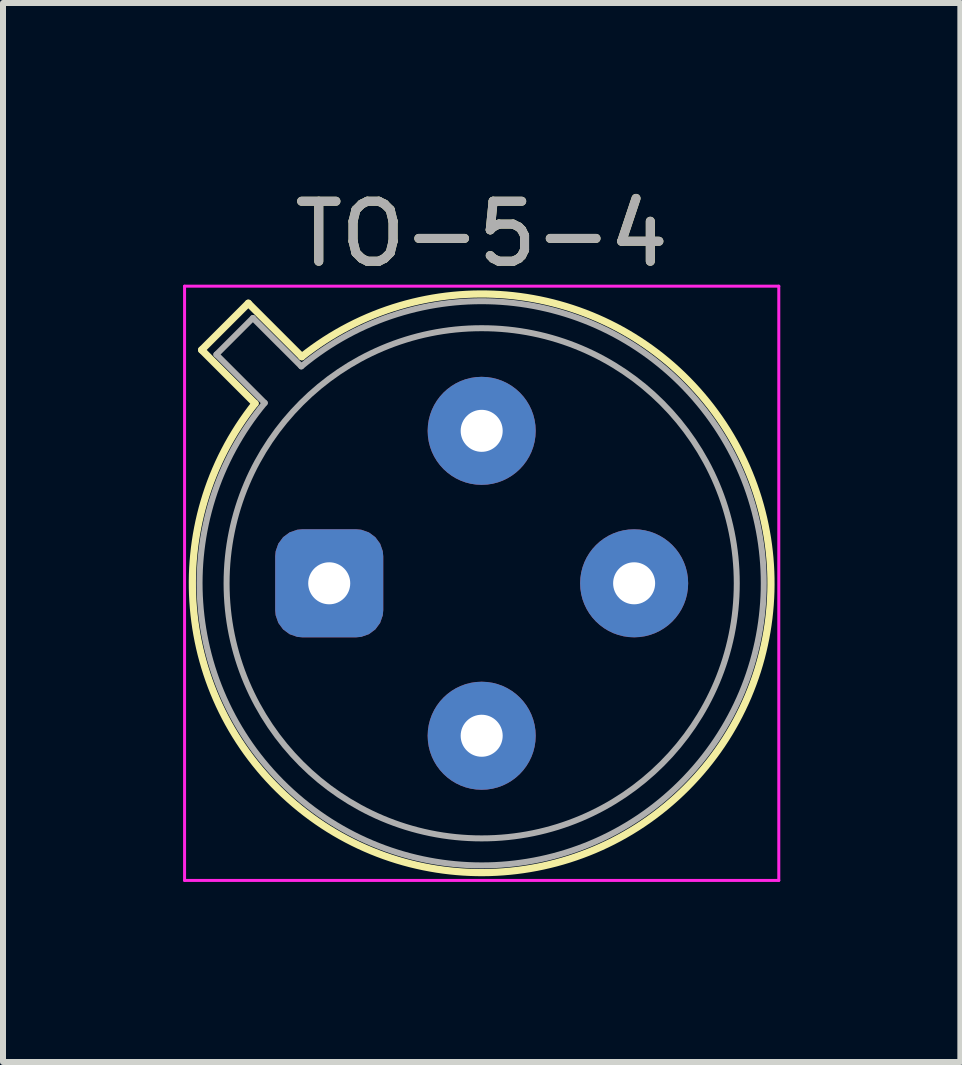
<source format=kicad_pcb>
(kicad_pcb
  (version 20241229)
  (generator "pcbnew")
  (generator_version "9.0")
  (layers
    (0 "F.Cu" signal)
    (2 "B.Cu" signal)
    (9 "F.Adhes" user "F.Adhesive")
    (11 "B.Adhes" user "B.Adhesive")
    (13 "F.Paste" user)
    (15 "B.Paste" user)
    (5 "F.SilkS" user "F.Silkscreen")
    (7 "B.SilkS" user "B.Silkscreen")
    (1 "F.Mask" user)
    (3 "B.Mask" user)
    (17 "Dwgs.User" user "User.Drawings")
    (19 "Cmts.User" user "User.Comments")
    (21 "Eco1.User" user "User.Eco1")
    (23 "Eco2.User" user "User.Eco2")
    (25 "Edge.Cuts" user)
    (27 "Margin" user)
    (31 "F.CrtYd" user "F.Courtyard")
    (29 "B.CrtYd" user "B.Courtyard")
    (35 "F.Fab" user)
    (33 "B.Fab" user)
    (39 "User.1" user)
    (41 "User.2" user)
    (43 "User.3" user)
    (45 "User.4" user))
  (footprint "TO-5-4"
    (layer "F.Cu")
    (at 2.435 6.668)
    (property "Reference" "TO-5-4" (at 2.54 -5.82 0) (layer "F.SilkS") (effects (font (size 1 1) (thickness 0.15))))
    (attr through_hole)
    (fp_line (start -2.126 -3.888) (end -1.235 -2.997) (stroke (width 0.12) (type solid)) (layer "F.SilkS"))
    (fp_line (start -1.348 -4.666) (end -2.126 -3.888) (stroke (width 0.12) (type solid)) (layer "F.SilkS"))
    (fp_line (start -0.457 -3.775) (end -1.348 -4.666) (stroke (width 0.12) (type solid)) (layer "F.SilkS"))
    (fp_arc (start -0.457084 -3.774902) (mid 5.948125 3.408384) (end -1.234674 -2.997371) (stroke (width 0.12) (type solid)) (layer "F.SilkS"))
    (fp_line (start -2.41 -4.95) (end -2.41 4.95) (stroke (width 0.05) (type solid)) (layer "F.CrtYd"))
    (fp_line (start -2.41 4.95) (end 7.49 4.95) (stroke (width 0.05) (type solid)) (layer "F.CrtYd"))
    (fp_line (start 7.49 -4.95) (end -2.41 -4.95) (stroke (width 0.05) (type solid)) (layer "F.CrtYd"))
    (fp_line (start 7.49 4.95) (end 7.49 -4.95) (stroke (width 0.05) (type solid)) (layer "F.CrtYd"))
    (fp_line (start -1.88 -3.812) (end -1.074 -3.005) (stroke (width 0.1) (type solid)) (layer "F.Fab"))
    (fp_line (start -1.272 -4.42) (end -1.88 -3.812) (stroke (width 0.1) (type solid)) (layer "F.Fab"))
    (fp_line (start -0.465 -3.614) (end -1.272 -4.42) (stroke (width 0.1) (type solid)) (layer "F.Fab"))
    (fp_arc (start -0.465408 -3.61352) (mid 5.863443 3.323361) (end -1.073594 -3.005319) (stroke (width 0.1) (type solid)) (layer "F.Fab"))
    (fp_circle (center 2.54 0) (end 6.79 0) (stroke (width 0.1) (type solid)) (fill no) (layer "F.Fab"))
    (fp_text user "${REFERENCE}" (at 2.54 -5.82 0) (layer "F.Fab") (effects (font (size 1 1) (thickness 0.15))))
    (pad "1" thru_hole roundrect (at 0 0) (size 1.8 1.8) (drill 0.7) (layers "*.Cu" "*.Mask") (roundrect_rratio 0.25))
    (pad "2" thru_hole circle (at 2.54 2.54) (size 1.8 1.8) (drill 0.7) (layers "*.Cu" "*.Mask"))
    (pad "3" thru_hole circle (at 5.08 0) (size 1.8 1.8) (drill 0.7) (layers "*.Cu" "*.Mask"))
    (pad "4" thru_hole circle (at 2.54 -2.54) (size 1.8 1.8) (drill 0.7) (layers "*.Cu" "*.Mask")))
  (gr_rect
    (start -3 -3)
    (end 12.95 14.643)
    (stroke (width 0.1) (type default))
    (fill no)
    (layer "Edge.Cuts")))
</source>
